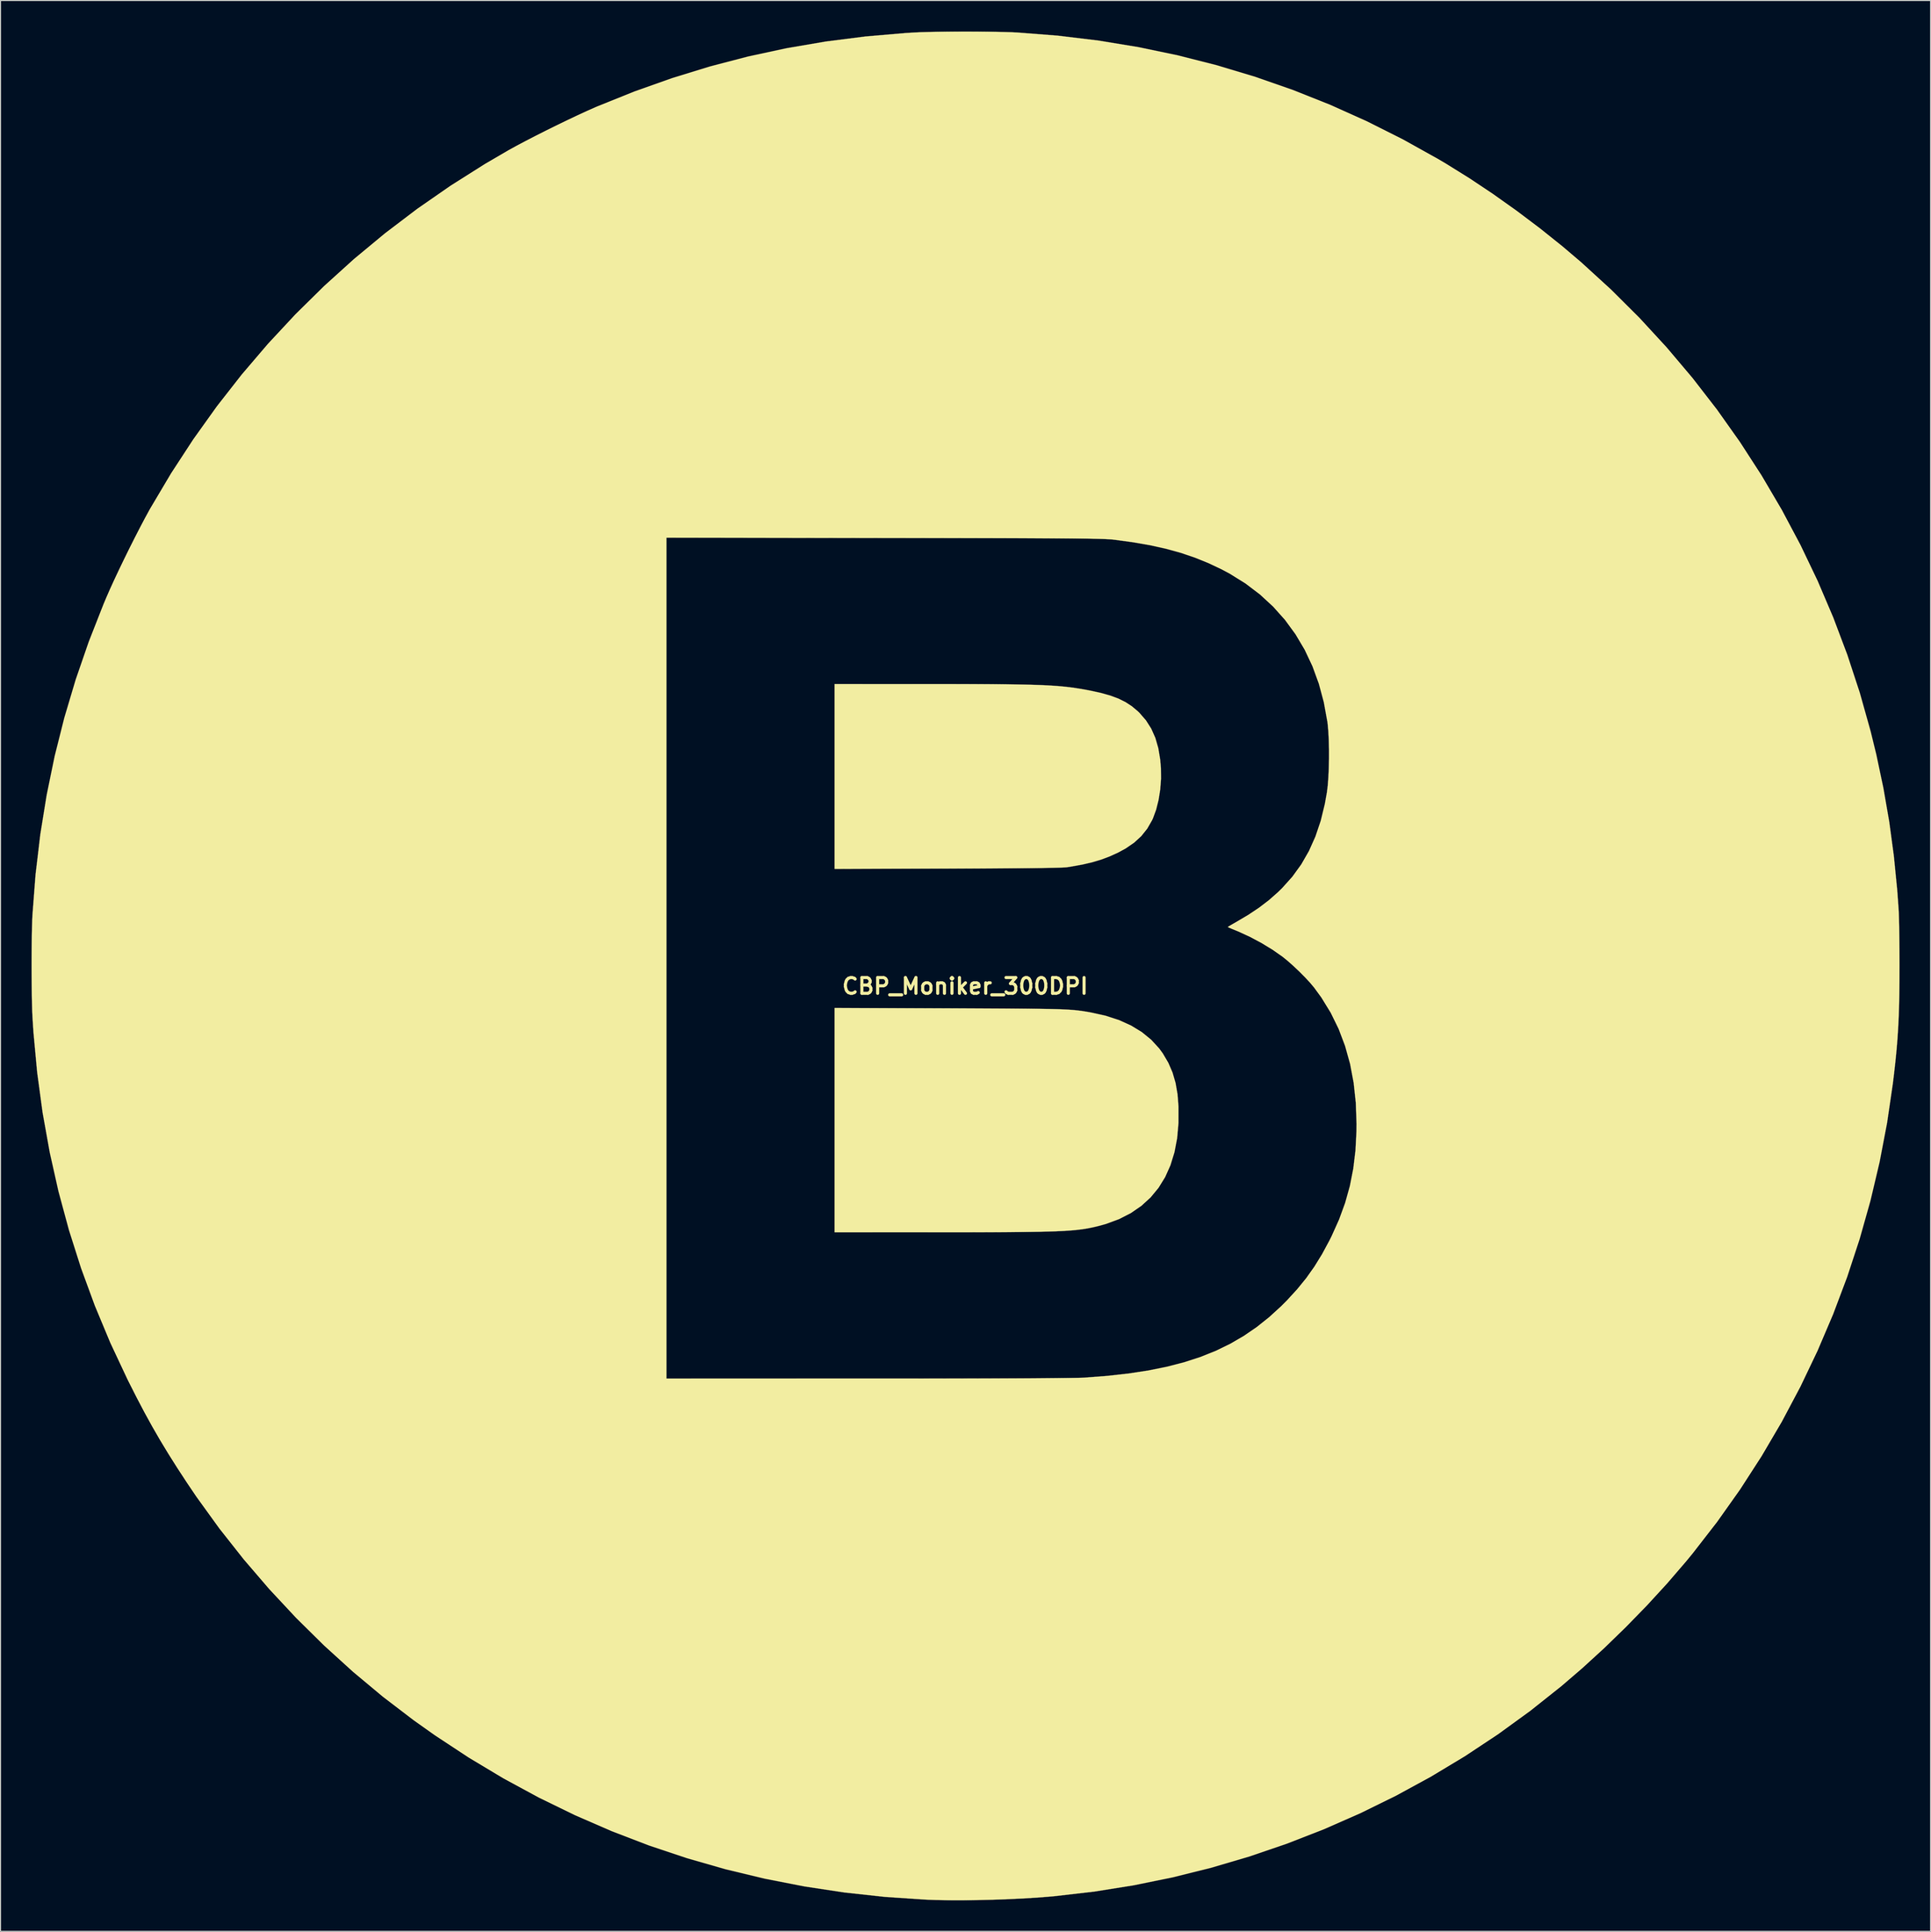
<source format=kicad_pcb>
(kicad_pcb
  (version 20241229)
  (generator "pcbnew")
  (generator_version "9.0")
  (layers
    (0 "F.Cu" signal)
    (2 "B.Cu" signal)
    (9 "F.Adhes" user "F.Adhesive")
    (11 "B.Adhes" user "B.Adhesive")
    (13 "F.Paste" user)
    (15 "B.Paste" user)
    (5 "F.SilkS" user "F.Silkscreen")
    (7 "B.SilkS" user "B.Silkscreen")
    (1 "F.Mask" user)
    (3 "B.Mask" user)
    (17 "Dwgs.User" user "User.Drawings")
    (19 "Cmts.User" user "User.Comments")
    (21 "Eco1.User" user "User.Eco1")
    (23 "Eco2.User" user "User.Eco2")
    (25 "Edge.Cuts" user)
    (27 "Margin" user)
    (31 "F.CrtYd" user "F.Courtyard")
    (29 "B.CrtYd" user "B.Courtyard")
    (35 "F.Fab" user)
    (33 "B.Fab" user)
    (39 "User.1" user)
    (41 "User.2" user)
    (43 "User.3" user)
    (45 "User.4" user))
  (footprint "CBP_Moniker_300DPI"
    (layer "F.Cu")
    (at 90.256 92.288)
    (property "Reference" "CBP_Moniker_300DPI" (at 0 0 0) (layer "F.SilkS") (effects (font (size 1.524 1.524) (thickness 0.3))))
    (attr through_hole)
    (fp_poly (pts (xy -3.323 -29.209) (xy -1.61 -29.208) (xy -0.055 -29.206) (xy 1.352 -29.201) (xy 2.622 -29.195) (xy 3.764 -29.185) (xy 4.791 -29.173) (xy 5.712 -29.156) (xy 6.538 -29.136) (xy 7.28 -29.111) (xy 7.948 -29.081) (xy 8.554 -29.045) (xy 9.107 -29.004) (xy 9.618 -28.956) (xy 10.098 -28.902) (xy 10.558 -28.84) (xy 11.008 -28.771) (xy 11.459 -28.694) (xy 11.921 -28.608) (xy 12.109 -28.572) (xy 13.154 -28.343) (xy 14.053 -28.088) (xy 14.831 -27.798) (xy 15.511 -27.46) (xy 16.117 -27.064) (xy 16.672 -26.6) (xy 16.856 -26.423) (xy 17.484 -25.699) (xy 17.994 -24.899) (xy 18.39 -24.007) (xy 18.678 -23.012) (xy 18.863 -21.899) (xy 18.932 -21.082) (xy 18.942 -20.051) (xy 18.864 -19.012) (xy 18.704 -18.003) (xy 18.468 -17.064) (xy 18.164 -16.234) (xy 18.078 -16.047) (xy 17.609 -15.231) (xy 17.037 -14.514) (xy 16.347 -13.88) (xy 15.521 -13.313) (xy 14.774 -12.909) (xy 13.975 -12.546) (xy 13.16 -12.24) (xy 12.295 -11.981) (xy 11.344 -11.76) (xy 10.271 -11.566) (xy 9.864 -11.502) (xy 9.698 -11.486) (xy 9.426 -11.471) (xy 9.042 -11.457) (xy 8.541 -11.444) (xy 7.917 -11.432) (xy 7.166 -11.421) (xy 6.282 -11.411) (xy 5.259 -11.402) (xy 4.093 -11.394) (xy 2.777 -11.387) (xy 1.307 -11.38) (xy -0.323 -11.374) (xy -1.714 -11.369) (xy -12.615 -11.337) (xy -12.615 -29.21) (xy -3.323 -29.209)) (stroke (width 0.01) (type solid)) (fill yes) (layer "F.SilkS"))
    (fp_poly (pts (xy -1.503 2.142) (xy 0.134 2.148) (xy 1.611 2.153) (xy 2.938 2.158) (xy 4.126 2.163) (xy 5.184 2.17) (xy 6.121 2.177) (xy 6.949 2.186) (xy 7.676 2.196) (xy 8.312 2.207) (xy 8.868 2.221) (xy 9.353 2.238) (xy 9.777 2.257) (xy 10.15 2.279) (xy 10.482 2.304) (xy 10.782 2.333) (xy 11.061 2.366) (xy 11.328 2.402) (xy 11.593 2.444) (xy 11.866 2.489) (xy 12.152 2.54) (xy 13.582 2.856) (xy 14.881 3.278) (xy 16.049 3.807) (xy 17.086 4.44) (xy 17.991 5.178) (xy 18.764 6.021) (xy 19.119 6.509) (xy 19.645 7.403) (xy 20.052 8.343) (xy 20.347 9.355) (xy 20.539 10.462) (xy 20.631 11.642) (xy 20.63 13.217) (xy 20.5 14.687) (xy 20.241 16.051) (xy 19.853 17.308) (xy 19.339 18.456) (xy 18.698 19.494) (xy 17.933 20.42) (xy 17.043 21.233) (xy 16.03 21.931) (xy 14.894 22.513) (xy 13.637 22.978) (xy 12.996 23.158) (xy 12.65 23.244) (xy 12.312 23.321) (xy 11.972 23.391) (xy 11.621 23.454) (xy 11.248 23.509) (xy 10.845 23.558) (xy 10.402 23.602) (xy 9.909 23.639) (xy 9.357 23.671) (xy 8.735 23.699) (xy 8.035 23.722) (xy 7.247 23.74) (xy 6.361 23.755) (xy 5.367 23.767) (xy 4.256 23.776) (xy 3.019 23.782) (xy 1.645 23.786) (xy 0.126 23.789) (xy -1.549 23.79) (xy -2.349 23.79) (xy -12.615 23.791) (xy -12.615 2.107) (xy -1.503 2.142)) (stroke (width 0.01) (type solid)) (fill yes) (layer "F.SilkS"))
    (fp_poly (pts (xy 1.16 -92.28) (xy 2.12 -92.272) (xy 3.022 -92.259) (xy 3.835 -92.242) (xy 4.532 -92.22) (xy 5.002 -92.198) (xy 8.947 -91.892) (xy 12.851 -91.422) (xy 16.712 -90.79) (xy 20.527 -89.995) (xy 24.294 -89.039) (xy 28.011 -87.922) (xy 31.674 -86.646) (xy 35.281 -85.211) (xy 38.83 -83.617) (xy 42.318 -81.866) (xy 45.743 -79.958) (xy 46.482 -79.521) (xy 48.744 -78.114) (xy 51.04 -76.583) (xy 53.333 -74.955) (xy 55.584 -73.258) (xy 57.755 -71.521) (xy 59.574 -69.974) (xy 62.449 -67.346) (xy 65.2 -64.605) (xy 67.824 -61.756) (xy 70.32 -58.803) (xy 72.684 -55.751) (xy 74.913 -52.606) (xy 77.004 -49.372) (xy 78.955 -46.053) (xy 80.762 -42.655) (xy 82.423 -39.182) (xy 83.934 -35.639) (xy 85.294 -32.032) (xy 86.499 -28.364) (xy 87.545 -24.641) (xy 88.094 -22.394) (xy 88.781 -19.147) (xy 89.344 -15.902) (xy 89.788 -12.62) (xy 90.12 -9.265) (xy 90.254 -7.41) (xy 90.272 -7.041) (xy 90.288 -6.527) (xy 90.303 -5.893) (xy 90.316 -5.164) (xy 90.326 -4.362) (xy 90.334 -3.514) (xy 90.338 -2.642) (xy 90.339 -1.99) (xy 90.335 -0.541) (xy 90.321 0.767) (xy 90.295 1.965) (xy 90.257 3.082) (xy 90.203 4.146) (xy 90.134 5.187) (xy 90.046 6.234) (xy 89.939 7.317) (xy 89.81 8.464) (xy 89.697 9.398) (xy 89.137 13.213) (xy 88.413 16.998) (xy 87.527 20.745) (xy 86.481 24.449) (xy 85.279 28.104) (xy 83.923 31.704) (xy 82.415 35.242) (xy 80.758 38.713) (xy 78.956 42.11) (xy 77.009 45.427) (xy 74.922 48.659) (xy 72.697 51.798) (xy 70.336 54.84) (xy 69.69 55.626) (xy 67.872 57.739) (xy 65.925 59.861) (xy 63.884 61.957) (xy 61.786 63.994) (xy 59.663 65.935) (xy 57.658 67.658) (xy 54.642 70.055) (xy 51.528 72.316) (xy 48.322 74.44) (xy 45.029 76.422) (xy 41.655 78.261) (xy 38.206 79.955) (xy 34.689 81.501) (xy 31.109 82.896) (xy 27.471 84.139) (xy 23.783 85.226) (xy 20.049 86.156) (xy 16.276 86.925) (xy 12.47 87.532) (xy 8.636 87.974) (xy 8.255 88.008) (xy 6.989 88.108) (xy 5.619 88.193) (xy 4.179 88.262) (xy 2.705 88.315) (xy 1.232 88.35) (xy -0.206 88.367) (xy -1.574 88.365) (xy -2.837 88.342) (xy -3.744 88.31) (xy -7.725 88.044) (xy -11.66 87.616) (xy -15.545 87.027) (xy -19.379 86.277) (xy -23.16 85.367) (xy -26.886 84.298) (xy -30.555 83.071) (xy -34.165 81.685) (xy -37.714 80.142) (xy -41.201 78.443) (xy -44.623 76.588) (xy -47.979 74.577) (xy -51.267 72.412) (xy -53.319 70.956) (xy -56.286 68.69) (xy -59.175 66.279) (xy -61.976 63.734) (xy -64.679 61.065) (xy -67.273 58.284) (xy -69.749 55.4) (xy -72.097 52.424) (xy -74.307 49.367) (xy -75.22 48.016) (xy -76.166 46.57) (xy -77.027 45.205) (xy -77.827 43.884) (xy -78.588 42.566) (xy -79.333 41.212) (xy -80.085 39.782) (xy -80.867 38.237) (xy -80.977 38.015) (xy -81.017 37.931) (xy -28.871 37.931) (xy -9.377 37.93) (xy -7.125 37.93) (xy -4.979 37.929) (xy -2.943 37.927) (xy -1.022 37.924) (xy 0.781 37.921) (xy 2.461 37.917) (xy 4.013 37.912) (xy 5.434 37.907) (xy 6.718 37.901) (xy 7.863 37.894) (xy 8.863 37.887) (xy 9.714 37.879) (xy 10.413 37.871) (xy 10.954 37.862) (xy 11.333 37.852) (xy 11.515 37.844) (xy 13.727 37.676) (xy 15.79 37.446) (xy 17.715 37.153) (xy 19.512 36.79) (xy 21.191 36.355) (xy 22.764 35.844) (xy 24.241 35.252) (xy 25.633 34.575) (xy 26.949 33.81) (xy 28.202 32.951) (xy 29.4 31.996) (xy 30.556 30.941) (xy 31.115 30.38) (xy 32.099 29.308) (xy 32.977 28.23) (xy 33.773 27.107) (xy 34.516 25.901) (xy 35.231 24.574) (xy 35.432 24.172) (xy 36.156 22.563) (xy 36.744 20.953) (xy 37.201 19.317) (xy 37.532 17.633) (xy 37.743 15.876) (xy 37.838 14.021) (xy 37.845 13.299) (xy 37.775 11.274) (xy 37.568 9.346) (xy 37.223 7.514) (xy 36.738 5.774) (xy 36.114 4.126) (xy 35.35 2.566) (xy 34.444 1.092) (xy 33.739 0.127) (xy 33.351 -0.335) (xy 32.864 -0.86) (xy 32.317 -1.41) (xy 31.747 -1.95) (xy 31.193 -2.442) (xy 30.693 -2.848) (xy 30.676 -2.861) (xy 29.728 -3.524) (xy 28.668 -4.169) (xy 27.554 -4.764) (xy 26.44 -5.277) (xy 26.099 -5.417) (xy 25.789 -5.543) (xy 25.549 -5.645) (xy 25.416 -5.708) (xy 25.4 -5.72) (xy 25.469 -5.77) (xy 25.656 -5.883) (xy 25.929 -6.042) (xy 26.183 -6.186) (xy 27.372 -6.889) (xy 28.425 -7.591) (xy 29.372 -8.314) (xy 30.243 -9.082) (xy 30.649 -9.478) (xy 31.64 -10.582) (xy 32.505 -11.778) (xy 33.248 -13.072) (xy 33.873 -14.471) (xy 34.383 -15.983) (xy 34.782 -17.616) (xy 34.981 -18.736) (xy 35.061 -19.393) (xy 35.121 -20.179) (xy 35.161 -21.052) (xy 35.181 -21.974) (xy 35.181 -22.903) (xy 35.16 -23.8) (xy 35.118 -24.624) (xy 35.055 -25.336) (xy 35.025 -25.569) (xy 34.683 -27.451) (xy 34.202 -29.24) (xy 33.584 -30.933) (xy 32.832 -32.527) (xy 31.946 -34.021) (xy 30.93 -35.411) (xy 29.784 -36.694) (xy 28.511 -37.868) (xy 27.112 -38.93) (xy 25.59 -39.878) (xy 24.807 -40.296) (xy 23.525 -40.902) (xy 22.216 -41.432) (xy 20.857 -41.892) (xy 19.426 -42.288) (xy 17.899 -42.626) (xy 16.253 -42.913) (xy 14.478 -43.154) (xy 14.338 -43.17) (xy 14.184 -43.185) (xy 14.011 -43.198) (xy 13.812 -43.21) (xy 13.58 -43.222) (xy 13.308 -43.233) (xy 12.991 -43.242) (xy 12.621 -43.251) (xy 12.192 -43.259) (xy 11.698 -43.267) (xy 11.132 -43.273) (xy 10.487 -43.28) (xy 9.757 -43.285) (xy 8.936 -43.29) (xy 8.017 -43.295) (xy 6.993 -43.299) (xy 5.858 -43.303) (xy 4.605 -43.307) (xy 3.228 -43.31) (xy 1.72 -43.313) (xy 0.075 -43.316) (xy -1.713 -43.319) (xy -3.652 -43.322) (xy -5.748 -43.325) (xy -7.811 -43.327) (xy -28.871 -43.354) (xy -28.871 37.931) (xy -81.017 37.931) (xy -82.635 34.482) (xy -84.13 30.898) (xy -85.465 27.264) (xy -86.637 23.579) (xy -87.648 19.845) (xy -88.497 16.059) (xy -89.185 12.224) (xy -89.711 8.338) (xy -90.075 4.402) (xy -90.166 2.97) (xy -90.192 2.391) (xy -90.213 1.673) (xy -90.23 0.843) (xy -90.241 -0.071) (xy -90.248 -1.039) (xy -90.251 -2.032) (xy -90.248 -3.023) (xy -90.241 -3.983) (xy -90.229 -4.884) (xy -90.212 -5.695) (xy -90.19 -6.39) (xy -90.169 -6.858) (xy -89.868 -10.787) (xy -89.41 -14.654) (xy -88.795 -18.465) (xy -88.021 -22.228) (xy -87.085 -25.949) (xy -85.987 -29.635) (xy -84.725 -33.292) (xy -83.297 -36.928) (xy -83.017 -37.592) (xy -82.675 -38.373) (xy -82.266 -39.269) (xy -81.806 -40.246) (xy -81.311 -41.274) (xy -80.797 -42.318) (xy -80.28 -43.346) (xy -79.777 -44.325) (xy -79.304 -45.224) (xy -78.876 -46.008) (xy -78.776 -46.186) (xy -76.762 -49.58) (xy -74.614 -52.871) (xy -72.336 -56.057) (xy -69.929 -59.134) (xy -67.397 -62.099) (xy -64.743 -64.949) (xy -61.97 -67.683) (xy -59.081 -70.296) (xy -56.077 -72.786) (xy -52.964 -75.15) (xy -49.742 -77.385) (xy -46.416 -79.488) (xy -44.154 -80.808) (xy -43.403 -81.222) (xy -42.531 -81.685) (xy -41.569 -82.182) (xy -40.55 -82.697) (xy -39.507 -83.213) (xy -38.472 -83.714) (xy -37.479 -84.185) (xy -36.559 -84.609) (xy -35.746 -84.969) (xy -35.56 -85.049) (xy -31.943 -86.503) (xy -28.31 -87.79) (xy -24.655 -88.914) (xy -20.968 -89.876) (xy -17.241 -90.679) (xy -13.466 -91.323) (xy -9.635 -91.811) (xy -5.738 -92.145) (xy -4.826 -92.201) (xy -4.25 -92.226) (xy -3.533 -92.247) (xy -2.705 -92.263) (xy -1.792 -92.274) (xy -0.825 -92.281) (xy 0.168 -92.283) (xy 1.16 -92.28)) (stroke (width 0.01) (type solid)) (fill yes) (layer "F.SilkS")))
  (gr_rect
    (start -3 -3)
    (end 183.6 183.659)
    (stroke (width 0.1) (type default))
    (fill no)
    (layer "Edge.Cuts")))
</source>
